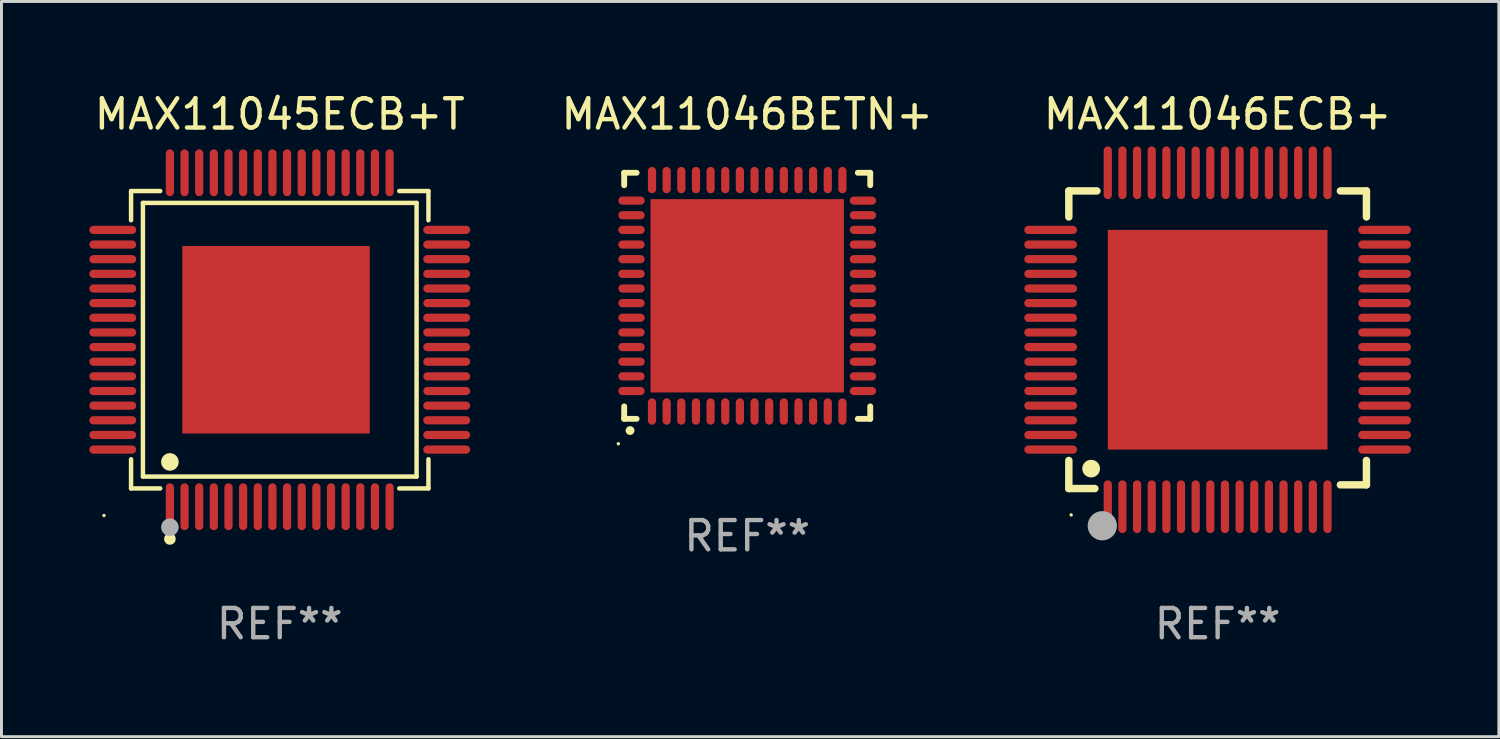
<source format=kicad_pcb>
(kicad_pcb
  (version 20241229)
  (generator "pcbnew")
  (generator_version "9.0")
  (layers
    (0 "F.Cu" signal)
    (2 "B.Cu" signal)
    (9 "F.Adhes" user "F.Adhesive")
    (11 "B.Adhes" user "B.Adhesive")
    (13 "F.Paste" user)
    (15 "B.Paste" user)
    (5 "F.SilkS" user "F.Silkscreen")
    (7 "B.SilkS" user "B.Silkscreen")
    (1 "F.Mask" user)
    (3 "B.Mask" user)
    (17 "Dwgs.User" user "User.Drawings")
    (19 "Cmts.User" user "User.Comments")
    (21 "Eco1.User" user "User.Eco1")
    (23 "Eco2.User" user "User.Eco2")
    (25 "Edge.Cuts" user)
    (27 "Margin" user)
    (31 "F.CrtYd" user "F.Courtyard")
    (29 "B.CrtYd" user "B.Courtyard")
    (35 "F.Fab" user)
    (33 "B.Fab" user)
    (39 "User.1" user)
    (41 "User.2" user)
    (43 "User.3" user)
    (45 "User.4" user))
  (footprint "MAX11045ECB+T"
    (layer "F.Cu")
    (at 6.5 8.548)
    (property "Reference" "MAX11045ECB+T" (at 0 -7.7 0) (layer "F.SilkS") (effects (font (size 1 1) (thickness 0.15))))
    (attr through_hole)
    (fp_line (start -5.076 -5.076) (end -4.08 -5.076) (stroke (width 0.152) (type solid)) (layer "F.SilkS"))
    (fp_line (start -5.076 -4.08) (end -5.076 -5.076) (stroke (width 0.152) (type solid)) (layer "F.SilkS"))
    (fp_line (start -5.076 4.08) (end -5.076 5.076) (stroke (width 0.152) (type solid)) (layer "F.SilkS"))
    (fp_line (start -5.076 5.076) (end -4.08 5.076) (stroke (width 0.152) (type solid)) (layer "F.SilkS"))
    (fp_line (start -4.671 -4.671) (end 4.671 -4.671) (stroke (width 0.152) (type solid)) (layer "F.SilkS"))
    (fp_line (start -4.671 4.671) (end -4.671 -4.671) (stroke (width 0.152) (type solid)) (layer "F.SilkS"))
    (fp_line (start 4.671 -4.671) (end 4.671 4.671) (stroke (width 0.152) (type solid)) (layer "F.SilkS"))
    (fp_line (start 4.671 4.671) (end -4.671 4.671) (stroke (width 0.152) (type solid)) (layer "F.SilkS"))
    (fp_line (start 5.076 -5.076) (end 4.08 -5.076) (stroke (width 0.152) (type solid)) (layer "F.SilkS"))
    (fp_line (start 5.076 -4.08) (end 5.076 -5.076) (stroke (width 0.152) (type solid)) (layer "F.SilkS"))
    (fp_line (start 5.076 4.08) (end 5.076 5.076) (stroke (width 0.152) (type solid)) (layer "F.SilkS"))
    (fp_line (start 5.076 5.076) (end 4.08 5.076) (stroke (width 0.152) (type solid)) (layer "F.SilkS"))
    (fp_circle (center -6 6) (end -5.97 6) (stroke (width 0.06) (type solid)) (fill no) (layer "F.SilkS"))
    (fp_circle (center -3.75 4.171) (end -3.6 4.171) (stroke (width 0.3) (type solid)) (fill no) (layer "F.SilkS"))
    (fp_circle (center -3.75 6.8) (end -3.65 6.8) (stroke (width 0.2) (type solid)) (fill no) (layer "F.SilkS"))
    (fp_circle (center -3.75 6.4) (end -3.6 6.4) (stroke (width 0.3) (type solid)) (fill no) (layer "F.Fab"))
    (fp_text user "REF**" (at 0 9.7 0) (layer "F.Fab") (effects (font (size 1 1) (thickness 0.15))))
    (pad "1" smd oval (at -3.75 5.7) (size 0.28 1.6) (layers "F.Cu" "F.Mask" "F.Paste"))
    (pad "2" smd oval (at -3.25 5.7) (size 0.28 1.6) (layers "F.Cu" "F.Mask" "F.Paste"))
    (pad "3" smd oval (at -2.75 5.7) (size 0.28 1.6) (layers "F.Cu" "F.Mask" "F.Paste"))
    (pad "4" smd oval (at -2.25 5.7) (size 0.28 1.6) (layers "F.Cu" "F.Mask" "F.Paste"))
    (pad "5" smd oval (at -1.75 5.7) (size 0.28 1.6) (layers "F.Cu" "F.Mask" "F.Paste"))
    (pad "6" smd oval (at -1.25 5.7) (size 0.28 1.6) (layers "F.Cu" "F.Mask" "F.Paste"))
    (pad "7" smd oval (at -0.75 5.7) (size 0.28 1.6) (layers "F.Cu" "F.Mask" "F.Paste"))
    (pad "8" smd oval (at -0.25 5.7) (size 0.28 1.6) (layers "F.Cu" "F.Mask" "F.Paste"))
    (pad "9" smd oval (at 0.25 5.7) (size 0.28 1.6) (layers "F.Cu" "F.Mask" "F.Paste"))
    (pad "10" smd oval (at 0.75 5.7) (size 0.28 1.6) (layers "F.Cu" "F.Mask" "F.Paste"))
    (pad "11" smd oval (at 1.25 5.7) (size 0.28 1.6) (layers "F.Cu" "F.Mask" "F.Paste"))
    (pad "12" smd oval (at 1.75 5.7) (size 0.28 1.6) (layers "F.Cu" "F.Mask" "F.Paste"))
    (pad "13" smd oval (at 2.25 5.7) (size 0.28 1.6) (layers "F.Cu" "F.Mask" "F.Paste"))
    (pad "14" smd oval (at 2.75 5.7) (size 0.28 1.6) (layers "F.Cu" "F.Mask" "F.Paste"))
    (pad "15" smd oval (at 3.25 5.7) (size 0.28 1.6) (layers "F.Cu" "F.Mask" "F.Paste"))
    (pad "16" smd oval (at 3.75 5.7) (size 0.28 1.6) (layers "F.Cu" "F.Mask" "F.Paste"))
    (pad "17" smd oval (at 5.7 3.75) (size 1.6 0.28) (layers "F.Cu" "F.Mask" "F.Paste"))
    (pad "18" smd oval (at 5.7 3.25) (size 1.6 0.28) (layers "F.Cu" "F.Mask" "F.Paste"))
    (pad "19" smd oval (at 5.7 2.75) (size 1.6 0.28) (layers "F.Cu" "F.Mask" "F.Paste"))
    (pad "20" smd oval (at 5.7 2.25) (size 1.6 0.28) (layers "F.Cu" "F.Mask" "F.Paste"))
    (pad "21" smd oval (at 5.7 1.75) (size 1.6 0.28) (layers "F.Cu" "F.Mask" "F.Paste"))
    (pad "22" smd oval (at 5.7 1.25) (size 1.6 0.28) (layers "F.Cu" "F.Mask" "F.Paste"))
    (pad "23" smd oval (at 5.7 0.75) (size 1.6 0.28) (layers "F.Cu" "F.Mask" "F.Paste"))
    (pad "24" smd oval (at 5.7 0.25) (size 1.6 0.28) (layers "F.Cu" "F.Mask" "F.Paste"))
    (pad "25" smd oval (at 5.7 -0.25) (size 1.6 0.28) (layers "F.Cu" "F.Mask" "F.Paste"))
    (pad "26" smd oval (at 5.7 -0.75) (size 1.6 0.28) (layers "F.Cu" "F.Mask" "F.Paste"))
    (pad "27" smd oval (at 5.7 -1.25) (size 1.6 0.28) (layers "F.Cu" "F.Mask" "F.Paste"))
    (pad "28" smd oval (at 5.7 -1.75) (size 1.6 0.28) (layers "F.Cu" "F.Mask" "F.Paste"))
    (pad "29" smd oval (at 5.7 -2.25) (size 1.6 0.28) (layers "F.Cu" "F.Mask" "F.Paste"))
    (pad "30" smd oval (at 5.7 -2.75) (size 1.6 0.28) (layers "F.Cu" "F.Mask" "F.Paste"))
    (pad "31" smd oval (at 5.7 -3.25) (size 1.6 0.28) (layers "F.Cu" "F.Mask" "F.Paste"))
    (pad "32" smd oval (at 5.7 -3.75) (size 1.6 0.28) (layers "F.Cu" "F.Mask" "F.Paste"))
    (pad "33" smd oval (at 3.75 -5.7) (size 0.28 1.6) (layers "F.Cu" "F.Mask" "F.Paste"))
    (pad "34" smd oval (at 3.25 -5.7) (size 0.28 1.6) (layers "F.Cu" "F.Mask" "F.Paste"))
    (pad "35" smd oval (at 2.75 -5.7) (size 0.28 1.6) (layers "F.Cu" "F.Mask" "F.Paste"))
    (pad "36" smd oval (at 2.25 -5.7) (size 0.28 1.6) (layers "F.Cu" "F.Mask" "F.Paste"))
    (pad "37" smd oval (at 1.75 -5.7) (size 0.28 1.6) (layers "F.Cu" "F.Mask" "F.Paste"))
    (pad "38" smd oval (at 1.25 -5.7) (size 0.28 1.6) (layers "F.Cu" "F.Mask" "F.Paste"))
    (pad "39" smd oval (at 0.75 -5.7) (size 0.28 1.6) (layers "F.Cu" "F.Mask" "F.Paste"))
    (pad "40" smd oval (at 0.25 -5.7) (size 0.28 1.6) (layers "F.Cu" "F.Mask" "F.Paste"))
    (pad "41" smd oval (at -0.25 -5.7) (size 0.28 1.6) (layers "F.Cu" "F.Mask" "F.Paste"))
    (pad "42" smd oval (at -0.75 -5.7) (size 0.28 1.6) (layers "F.Cu" "F.Mask" "F.Paste"))
    (pad "43" smd oval (at -1.25 -5.7) (size 0.28 1.6) (layers "F.Cu" "F.Mask" "F.Paste"))
    (pad "44" smd oval (at -1.75 -5.7) (size 0.28 1.6) (layers "F.Cu" "F.Mask" "F.Paste"))
    (pad "45" smd oval (at -2.25 -5.7) (size 0.28 1.6) (layers "F.Cu" "F.Mask" "F.Paste"))
    (pad "46" smd oval (at -2.75 -5.7) (size 0.28 1.6) (layers "F.Cu" "F.Mask" "F.Paste"))
    (pad "47" smd oval (at -3.25 -5.7) (size 0.28 1.6) (layers "F.Cu" "F.Mask" "F.Paste"))
    (pad "48" smd oval (at -3.75 -5.7) (size 0.28 1.6) (layers "F.Cu" "F.Mask" "F.Paste"))
    (pad "49" smd oval (at -5.7 -3.75) (size 1.6 0.28) (layers "F.Cu" "F.Mask" "F.Paste"))
    (pad "50" smd oval (at -5.7 -3.25) (size 1.6 0.28) (layers "F.Cu" "F.Mask" "F.Paste"))
    (pad "51" smd oval (at -5.7 -2.75) (size 1.6 0.28) (layers "F.Cu" "F.Mask" "F.Paste"))
    (pad "52" smd oval (at -5.7 -2.25) (size 1.6 0.28) (layers "F.Cu" "F.Mask" "F.Paste"))
    (pad "53" smd oval (at -5.7 -1.75) (size 1.6 0.28) (layers "F.Cu" "F.Mask" "F.Paste"))
    (pad "54" smd oval (at -5.7 -1.25) (size 1.6 0.28) (layers "F.Cu" "F.Mask" "F.Paste"))
    (pad "55" smd oval (at -5.7 -0.75) (size 1.6 0.28) (layers "F.Cu" "F.Mask" "F.Paste"))
    (pad "56" smd oval (at -5.7 -0.25) (size 1.6 0.28) (layers "F.Cu" "F.Mask" "F.Paste"))
    (pad "57" smd oval (at -5.7 0.25) (size 1.6 0.28) (layers "F.Cu" "F.Mask" "F.Paste"))
    (pad "58" smd oval (at -5.7 0.75) (size 1.6 0.28) (layers "F.Cu" "F.Mask" "F.Paste"))
    (pad "59" smd oval (at -5.7 1.25) (size 1.6 0.28) (layers "F.Cu" "F.Mask" "F.Paste"))
    (pad "60" smd oval (at -5.7 1.75) (size 1.6 0.28) (layers "F.Cu" "F.Mask" "F.Paste"))
    (pad "61" smd oval (at -5.7 2.25) (size 1.6 0.28) (layers "F.Cu" "F.Mask" "F.Paste"))
    (pad "62" smd oval (at -5.7 2.75) (size 1.6 0.28) (layers "F.Cu" "F.Mask" "F.Paste"))
    (pad "63" smd oval (at -5.7 3.25) (size 1.6 0.28) (layers "F.Cu" "F.Mask" "F.Paste"))
    (pad "64" smd oval (at -5.7 3.75) (size 1.6 0.28) (layers "F.Cu" "F.Mask" "F.Paste"))
    (pad "65" smd rect (at -0.127 0) (size 6.4 6.4) (layers "F.Cu" "F.Mask" "F.Paste")))
  (footprint "MAX11046ECB+"
    (layer "F.Cu")
    (at 38.517 8.548)
    (property "Reference" "MAX11046ECB+" (at 0 -7.7 0) (layer "F.SilkS") (effects (font (size 1 1) (thickness 0.15))))
    (attr through_hole)
    (fp_line (start -5.08 -5.08) (end -4.121 -5.08) (stroke (width 0.254) (type solid)) (layer "F.SilkS"))
    (fp_line (start -5.08 -4.191) (end -5.08 -5.08) (stroke (width 0.254) (type solid)) (layer "F.SilkS"))
    (fp_line (start -5.08 4.121) (end -5.08 5.08) (stroke (width 0.254) (type solid)) (layer "F.SilkS"))
    (fp_line (start -5.08 5.08) (end -4.191 5.08) (stroke (width 0.254) (type solid)) (layer "F.SilkS"))
    (fp_line (start 4.191 -5.08) (end 5.08 -5.08) (stroke (width 0.254) (type solid)) (layer "F.SilkS"))
    (fp_line (start 5.08 -5.08) (end 5.08 -4.191) (stroke (width 0.254) (type solid)) (layer "F.SilkS"))
    (fp_line (start 5.08 4.121) (end 5.08 4.953) (stroke (width 0.254) (type solid)) (layer "F.SilkS"))
    (fp_line (start 5.08 4.953) (end 4.191 4.953) (stroke (width 0.254) (type solid)) (layer "F.SilkS"))
    (fp_arc (start -4.320523 4.398984) (mid -4.317983 4.398973) (end -4.315443 4.398984) (stroke (width 0.6) (type solid)) (layer "F.SilkS"))
    (fp_circle (center -5 5.98) (end -4.97 5.98) (stroke (width 0.06) (type solid)) (fill no) (layer "F.SilkS"))
    (fp_circle (center -3.937 6.35) (end -3.687 6.35) (stroke (width 0.5) (type solid)) (fill no) (layer "F.Fab"))
    (fp_text user "REF**" (at 0 9.7 0) (layer "F.Fab") (effects (font (size 1 1) (thickness 0.15))))
    (pad "1" smd oval (at -3.75 5.7) (size 0.28 1.8) (layers "F.Cu" "F.Mask" "F.Paste"))
    (pad "2" smd oval (at -3.25 5.7) (size 0.28 1.8) (layers "F.Cu" "F.Mask" "F.Paste"))
    (pad "3" smd oval (at -2.75 5.7) (size 0.28 1.8) (layers "F.Cu" "F.Mask" "F.Paste"))
    (pad "4" smd oval (at -2.25 5.7) (size 0.28 1.8) (layers "F.Cu" "F.Mask" "F.Paste"))
    (pad "5" smd oval (at -1.75 5.7) (size 0.28 1.8) (layers "F.Cu" "F.Mask" "F.Paste"))
    (pad "6" smd oval (at -1.25 5.7) (size 0.28 1.8) (layers "F.Cu" "F.Mask" "F.Paste"))
    (pad "7" smd oval (at -0.75 5.7) (size 0.28 1.8) (layers "F.Cu" "F.Mask" "F.Paste"))
    (pad "8" smd oval (at -0.25 5.7) (size 0.28 1.8) (layers "F.Cu" "F.Mask" "F.Paste"))
    (pad "9" smd oval (at 0.25 5.7) (size 0.28 1.8) (layers "F.Cu" "F.Mask" "F.Paste"))
    (pad "10" smd oval (at 0.75 5.7) (size 0.28 1.8) (layers "F.Cu" "F.Mask" "F.Paste"))
    (pad "11" smd oval (at 1.25 5.7) (size 0.28 1.8) (layers "F.Cu" "F.Mask" "F.Paste"))
    (pad "12" smd oval (at 1.75 5.7) (size 0.28 1.8) (layers "F.Cu" "F.Mask" "F.Paste"))
    (pad "13" smd oval (at 2.25 5.7) (size 0.28 1.8) (layers "F.Cu" "F.Mask" "F.Paste"))
    (pad "14" smd oval (at 2.75 5.7) (size 0.28 1.8) (layers "F.Cu" "F.Mask" "F.Paste"))
    (pad "15" smd oval (at 3.25 5.7) (size 0.28 1.8) (layers "F.Cu" "F.Mask" "F.Paste"))
    (pad "16" smd oval (at 3.75 5.7) (size 0.28 1.8) (layers "F.Cu" "F.Mask" "F.Paste"))
    (pad "17" smd oval (at 5.7 3.75) (size 1.8 0.28) (layers "F.Cu" "F.Mask" "F.Paste"))
    (pad "18" smd oval (at 5.7 3.25) (size 1.8 0.28) (layers "F.Cu" "F.Mask" "F.Paste"))
    (pad "19" smd oval (at 5.7 2.75) (size 1.8 0.28) (layers "F.Cu" "F.Mask" "F.Paste"))
    (pad "20" smd oval (at 5.7 2.25) (size 1.8 0.28) (layers "F.Cu" "F.Mask" "F.Paste"))
    (pad "21" smd oval (at 5.7 1.75) (size 1.8 0.28) (layers "F.Cu" "F.Mask" "F.Paste"))
    (pad "22" smd oval (at 5.7 1.25) (size 1.8 0.28) (layers "F.Cu" "F.Mask" "F.Paste"))
    (pad "23" smd oval (at 5.7 0.75) (size 1.8 0.28) (layers "F.Cu" "F.Mask" "F.Paste"))
    (pad "24" smd oval (at 5.7 0.25) (size 1.8 0.28) (layers "F.Cu" "F.Mask" "F.Paste"))
    (pad "25" smd oval (at 5.7 -0.25) (size 1.8 0.28) (layers "F.Cu" "F.Mask" "F.Paste"))
    (pad "26" smd oval (at 5.7 -0.75) (size 1.8 0.28) (layers "F.Cu" "F.Mask" "F.Paste"))
    (pad "27" smd oval (at 5.7 -1.25) (size 1.8 0.28) (layers "F.Cu" "F.Mask" "F.Paste"))
    (pad "28" smd oval (at 5.7 -1.75) (size 1.8 0.28) (layers "F.Cu" "F.Mask" "F.Paste"))
    (pad "29" smd oval (at 5.7 -2.25) (size 1.8 0.28) (layers "F.Cu" "F.Mask" "F.Paste"))
    (pad "30" smd oval (at 5.7 -2.75) (size 1.8 0.28) (layers "F.Cu" "F.Mask" "F.Paste"))
    (pad "31" smd oval (at 5.7 -3.25) (size 1.8 0.28) (layers "F.Cu" "F.Mask" "F.Paste"))
    (pad "32" smd oval (at 5.7 -3.75) (size 1.8 0.28) (layers "F.Cu" "F.Mask" "F.Paste"))
    (pad "33" smd oval (at 3.75 -5.7) (size 0.28 1.8) (layers "F.Cu" "F.Mask" "F.Paste"))
    (pad "34" smd oval (at 3.25 -5.7) (size 0.28 1.8) (layers "F.Cu" "F.Mask" "F.Paste"))
    (pad "35" smd oval (at 2.75 -5.7) (size 0.28 1.8) (layers "F.Cu" "F.Mask" "F.Paste"))
    (pad "36" smd oval (at 2.25 -5.7) (size 0.28 1.8) (layers "F.Cu" "F.Mask" "F.Paste"))
    (pad "37" smd oval (at 1.75 -5.7) (size 0.28 1.8) (layers "F.Cu" "F.Mask" "F.Paste"))
    (pad "38" smd oval (at 1.25 -5.7) (size 0.28 1.8) (layers "F.Cu" "F.Mask" "F.Paste"))
    (pad "39" smd oval (at 0.75 -5.7) (size 0.28 1.8) (layers "F.Cu" "F.Mask" "F.Paste"))
    (pad "40" smd oval (at 0.25 -5.7) (size 0.28 1.8) (layers "F.Cu" "F.Mask" "F.Paste"))
    (pad "41" smd oval (at -0.25 -5.7) (size 0.28 1.8) (layers "F.Cu" "F.Mask" "F.Paste"))
    (pad "42" smd oval (at -0.75 -5.7) (size 0.28 1.8) (layers "F.Cu" "F.Mask" "F.Paste"))
    (pad "43" smd oval (at -1.25 -5.7) (size 0.28 1.8) (layers "F.Cu" "F.Mask" "F.Paste"))
    (pad "44" smd oval (at -1.75 -5.7) (size 0.28 1.8) (layers "F.Cu" "F.Mask" "F.Paste"))
    (pad "45" smd oval (at -2.25 -5.7) (size 0.28 1.8) (layers "F.Cu" "F.Mask" "F.Paste"))
    (pad "46" smd oval (at -2.75 -5.7) (size 0.28 1.8) (layers "F.Cu" "F.Mask" "F.Paste"))
    (pad "47" smd oval (at -3.25 -5.7) (size 0.28 1.8) (layers "F.Cu" "F.Mask" "F.Paste"))
    (pad "48" smd oval (at -3.75 -5.7) (size 0.28 1.8) (layers "F.Cu" "F.Mask" "F.Paste"))
    (pad "49" smd oval (at -5.7 -3.75) (size 1.8 0.28) (layers "F.Cu" "F.Mask" "F.Paste"))
    (pad "50" smd oval (at -5.7 -3.25) (size 1.8 0.28) (layers "F.Cu" "F.Mask" "F.Paste"))
    (pad "51" smd oval (at -5.7 -2.75) (size 1.8 0.28) (layers "F.Cu" "F.Mask" "F.Paste"))
    (pad "52" smd oval (at -5.7 -2.25) (size 1.8 0.28) (layers "F.Cu" "F.Mask" "F.Paste"))
    (pad "53" smd oval (at -5.7 -1.75) (size 1.8 0.28) (layers "F.Cu" "F.Mask" "F.Paste"))
    (pad "54" smd oval (at -5.7 -1.25) (size 1.8 0.28) (layers "F.Cu" "F.Mask" "F.Paste"))
    (pad "55" smd oval (at -5.7 -0.75) (size 1.8 0.28) (layers "F.Cu" "F.Mask" "F.Paste"))
    (pad "56" smd oval (at -5.7 -0.25) (size 1.8 0.28) (layers "F.Cu" "F.Mask" "F.Paste"))
    (pad "57" smd oval (at -5.7 0.25) (size 1.8 0.28) (layers "F.Cu" "F.Mask" "F.Paste"))
    (pad "58" smd oval (at -5.7 0.75) (size 1.8 0.28) (layers "F.Cu" "F.Mask" "F.Paste"))
    (pad "59" smd oval (at -5.7 1.25) (size 1.8 0.28) (layers "F.Cu" "F.Mask" "F.Paste"))
    (pad "60" smd oval (at -5.7 1.75) (size 1.8 0.28) (layers "F.Cu" "F.Mask" "F.Paste"))
    (pad "61" smd oval (at -5.7 2.25) (size 1.8 0.28) (layers "F.Cu" "F.Mask" "F.Paste"))
    (pad "62" smd oval (at -5.7 2.75) (size 1.8 0.28) (layers "F.Cu" "F.Mask" "F.Paste"))
    (pad "63" smd oval (at -5.7 3.25) (size 1.8 0.28) (layers "F.Cu" "F.Mask" "F.Paste"))
    (pad "64" smd oval (at -5.7 3.75) (size 1.8 0.28) (layers "F.Cu" "F.Mask" "F.Paste"))
    (pad "65" smd custom (at 0 0) (size 7.5 7.5) (layers "F.Cu" "F.Mask" "F.Paste") (options (anchor circle)) (primitives (gr_poly (pts (xy -3.75 3.75) (xy -3.75 -3.75) (xy 3.75 -3.75) (xy 3.75 3.75)) (width 0) (fill yes)))))
  (footprint "MAX11046BETN+"
    (layer "F.Cu")
    (at 22.458 7.048)
    (property "Reference" "MAX11046BETN+" (at 0 -6.2 0) (layer "F.SilkS") (effects (font (size 1 1) (thickness 0.15))))
    (attr through_hole)
    (fp_line (start -4.2 -4.2) (end -4.2 -3.775) (stroke (width 0.2) (type solid)) (layer "F.SilkS"))
    (fp_line (start -4.2 4.2) (end -4.2 3.775) (stroke (width 0.2) (type solid)) (layer "F.SilkS"))
    (fp_line (start -3.775 -4.2) (end -4.2 -4.2) (stroke (width 0.2) (type solid)) (layer "F.SilkS"))
    (fp_line (start -3.775 4.2) (end -4.2 4.2) (stroke (width 0.2) (type solid)) (layer "F.SilkS"))
    (fp_line (start 3.775 4.2) (end 4.2 4.2) (stroke (width 0.2) (type solid)) (layer "F.SilkS"))
    (fp_line (start 4.2 -4.2) (end 3.775 -4.2) (stroke (width 0.2) (type solid)) (layer "F.SilkS"))
    (fp_line (start 4.2 -3.775) (end 4.2 -4.2) (stroke (width 0.2) (type solid)) (layer "F.SilkS"))
    (fp_line (start 4.2 4.2) (end 4.2 3.775) (stroke (width 0.2) (type solid)) (layer "F.SilkS"))
    (fp_arc (start -4.000508 4.599949) (mid -3.999238 4.599944) (end -3.997968 4.599949) (stroke (width 0.3) (type solid)) (layer "F.SilkS"))
    (fp_circle (center -4.4 5.05) (end -4.37 5.05) (stroke (width 0.06) (type solid)) (fill no) (layer "F.SilkS"))
    (fp_text user "REF**" (at 0 8.2 0) (layer "F.Fab") (effects (font (size 1 1) (thickness 0.15))))
    (pad "1" smd oval (at -3.25 3.95 180) (size 0.28 0.9) (layers "F.Cu" "F.Mask" "F.Paste"))
    (pad "2" smd oval (at -2.75 3.95 180) (size 0.28 0.9) (layers "F.Cu" "F.Mask" "F.Paste"))
    (pad "3" smd oval (at -2.25 3.95 180) (size 0.28 0.9) (layers "F.Cu" "F.Mask" "F.Paste"))
    (pad "4" smd oval (at -1.75 3.95 180) (size 0.28 0.9) (layers "F.Cu" "F.Mask" "F.Paste"))
    (pad "5" smd oval (at -1.25 3.95 180) (size 0.28 0.9) (layers "F.Cu" "F.Mask" "F.Paste"))
    (pad "6" smd oval (at -0.75 3.95 180) (size 0.28 0.9) (layers "F.Cu" "F.Mask" "F.Paste"))
    (pad "7" smd oval (at -0.25 3.95 180) (size 0.28 0.9) (layers "F.Cu" "F.Mask" "F.Paste"))
    (pad "8" smd oval (at 0.25 3.95 180) (size 0.28 0.9) (layers "F.Cu" "F.Mask" "F.Paste"))
    (pad "9" smd oval (at 0.75 3.95 180) (size 0.28 0.9) (layers "F.Cu" "F.Mask" "F.Paste"))
    (pad "10" smd oval (at 1.25 3.95 180) (size 0.28 0.9) (layers "F.Cu" "F.Mask" "F.Paste"))
    (pad "11" smd oval (at 1.75 3.95 180) (size 0.28 0.9) (layers "F.Cu" "F.Mask" "F.Paste"))
    (pad "12" smd oval (at 2.25 3.95 180) (size 0.28 0.9) (layers "F.Cu" "F.Mask" "F.Paste"))
    (pad "13" smd oval (at 2.75 3.95 180) (size 0.28 0.9) (layers "F.Cu" "F.Mask" "F.Paste"))
    (pad "14" smd oval (at 3.25 3.95 180) (size 0.28 0.9) (layers "F.Cu" "F.Mask" "F.Paste"))
    (pad "15" smd oval (at 3.95 3.25 90) (size 0.28 0.9) (layers "F.Cu" "F.Mask" "F.Paste"))
    (pad "16" smd oval (at 3.95 2.75 90) (size 0.28 0.9) (layers "F.Cu" "F.Mask" "F.Paste"))
    (pad "17" smd oval (at 3.95 2.25 90) (size 0.28 0.9) (layers "F.Cu" "F.Mask" "F.Paste"))
    (pad "18" smd oval (at 3.95 1.75 90) (size 0.28 0.9) (layers "F.Cu" "F.Mask" "F.Paste"))
    (pad "19" smd oval (at 3.95 1.25 90) (size 0.28 0.9) (layers "F.Cu" "F.Mask" "F.Paste"))
    (pad "20" smd oval (at 3.95 0.75 90) (size 0.28 0.9) (layers "F.Cu" "F.Mask" "F.Paste"))
    (pad "21" smd oval (at 3.95 0.25 90) (size 0.28 0.9) (layers "F.Cu" "F.Mask" "F.Paste"))
    (pad "22" smd oval (at 3.95 -0.25 90) (size 0.28 0.9) (layers "F.Cu" "F.Mask" "F.Paste"))
    (pad "23" smd oval (at 3.95 -0.75 90) (size 0.28 0.9) (layers "F.Cu" "F.Mask" "F.Paste"))
    (pad "24" smd oval (at 3.95 -1.25 90) (size 0.28 0.9) (layers "F.Cu" "F.Mask" "F.Paste"))
    (pad "25" smd oval (at 3.95 -1.75 90) (size 0.28 0.9) (layers "F.Cu" "F.Mask" "F.Paste"))
    (pad "26" smd oval (at 3.95 -2.25 90) (size 0.28 0.9) (layers "F.Cu" "F.Mask" "F.Paste"))
    (pad "27" smd oval (at 3.95 -2.75 90) (size 0.28 0.9) (layers "F.Cu" "F.Mask" "F.Paste"))
    (pad "28" smd oval (at 3.95 -3.25 90) (size 0.28 0.9) (layers "F.Cu" "F.Mask" "F.Paste"))
    (pad "29" smd oval (at 3.25 -3.95 180) (size 0.28 0.9) (layers "F.Cu" "F.Mask" "F.Paste"))
    (pad "30" smd oval (at 2.75 -3.95 180) (size 0.28 0.9) (layers "F.Cu" "F.Mask" "F.Paste"))
    (pad "31" smd oval (at 2.25 -3.95 180) (size 0.28 0.9) (layers "F.Cu" "F.Mask" "F.Paste"))
    (pad "32" smd oval (at 1.75 -3.95 180) (size 0.28 0.9) (layers "F.Cu" "F.Mask" "F.Paste"))
    (pad "33" smd oval (at 1.25 -3.95 180) (size 0.28 0.9) (layers "F.Cu" "F.Mask" "F.Paste"))
    (pad "34" smd oval (at 0.75 -3.95 180) (size 0.28 0.9) (layers "F.Cu" "F.Mask" "F.Paste"))
    (pad "35" smd oval (at 0.25 -3.95 180) (size 0.28 0.9) (layers "F.Cu" "F.Mask" "F.Paste"))
    (pad "36" smd oval (at -0.25 -3.95 180) (size 0.28 0.9) (layers "F.Cu" "F.Mask" "F.Paste"))
    (pad "37" smd oval (at -0.75 -3.95 180) (size 0.28 0.9) (layers "F.Cu" "F.Mask" "F.Paste"))
    (pad "38" smd oval (at -1.25 -3.95 180) (size 0.28 0.9) (layers "F.Cu" "F.Mask" "F.Paste"))
    (pad "39" smd oval (at -1.75 -3.95 180) (size 0.28 0.9) (layers "F.Cu" "F.Mask" "F.Paste"))
    (pad "40" smd oval (at -2.25 -3.95 180) (size 0.28 0.9) (layers "F.Cu" "F.Mask" "F.Paste"))
    (pad "41" smd oval (at -2.75 -3.95 180) (size 0.28 0.9) (layers "F.Cu" "F.Mask" "F.Paste"))
    (pad "42" smd oval (at -3.25 -3.95 180) (size 0.28 0.9) (layers "F.Cu" "F.Mask" "F.Paste"))
    (pad "43" smd oval (at -3.95 -3.25 90) (size 0.28 0.9) (layers "F.Cu" "F.Mask" "F.Paste"))
    (pad "44" smd oval (at -3.95 -2.75 90) (size 0.28 0.9) (layers "F.Cu" "F.Mask" "F.Paste"))
    (pad "45" smd oval (at -3.95 -2.25 90) (size 0.28 0.9) (layers "F.Cu" "F.Mask" "F.Paste"))
    (pad "46" smd oval (at -3.95 -1.75 90) (size 0.28 0.9) (layers "F.Cu" "F.Mask" "F.Paste"))
    (pad "47" smd oval (at -3.95 -1.25 90) (size 0.28 0.9) (layers "F.Cu" "F.Mask" "F.Paste"))
    (pad "48" smd oval (at -3.95 -0.75 90) (size 0.28 0.9) (layers "F.Cu" "F.Mask" "F.Paste"))
    (pad "49" smd oval (at -3.95 -0.25 90) (size 0.28 0.9) (layers "F.Cu" "F.Mask" "F.Paste"))
    (pad "50" smd oval (at -3.95 0.25 90) (size 0.28 0.9) (layers "F.Cu" "F.Mask" "F.Paste"))
    (pad "51" smd oval (at -3.95 0.75 90) (size 0.28 0.9) (layers "F.Cu" "F.Mask" "F.Paste"))
    (pad "52" smd oval (at -3.95 1.25 90) (size 0.28 0.9) (layers "F.Cu" "F.Mask" "F.Paste"))
    (pad "53" smd oval (at -3.95 1.75 90) (size 0.28 0.9) (layers "F.Cu" "F.Mask" "F.Paste"))
    (pad "54" smd oval (at -3.95 2.25 90) (size 0.28 0.9) (layers "F.Cu" "F.Mask" "F.Paste"))
    (pad "55" smd oval (at -3.95 2.75 90) (size 0.28 0.9) (layers "F.Cu" "F.Mask" "F.Paste"))
    (pad "56" smd oval (at -3.95 3.25 90) (size 0.28 0.9) (layers "F.Cu" "F.Mask" "F.Paste"))
    (pad "57" smd rect (at 0 0 90) (size 6.6 6.6) (layers "F.Cu" "F.Mask" "F.Paste")))
  (gr_rect
    (start -3 -3)
    (end 48.117 22.097)
    (stroke (width 0.1) (type default))
    (fill no)
    (layer "Edge.Cuts")))
</source>
